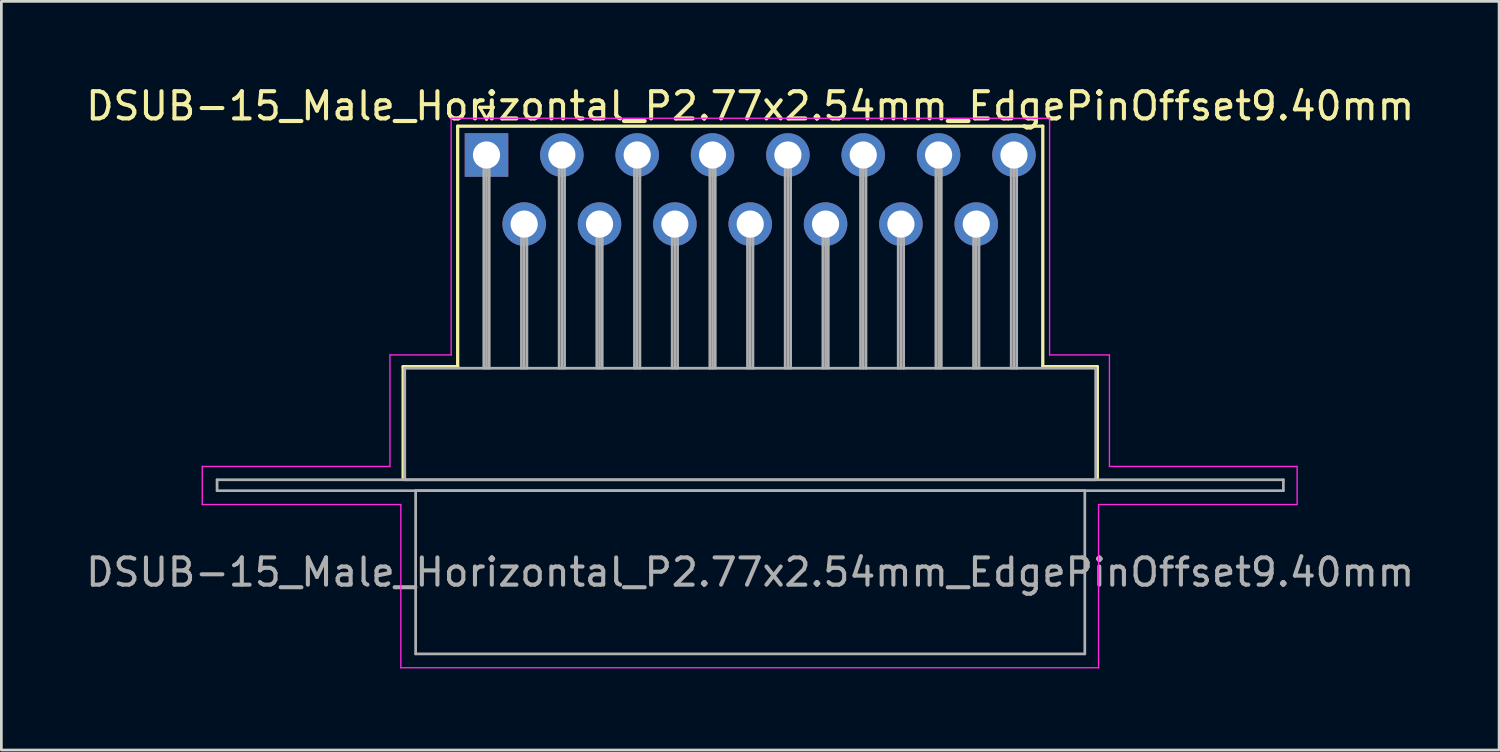
<source format=kicad_pcb>
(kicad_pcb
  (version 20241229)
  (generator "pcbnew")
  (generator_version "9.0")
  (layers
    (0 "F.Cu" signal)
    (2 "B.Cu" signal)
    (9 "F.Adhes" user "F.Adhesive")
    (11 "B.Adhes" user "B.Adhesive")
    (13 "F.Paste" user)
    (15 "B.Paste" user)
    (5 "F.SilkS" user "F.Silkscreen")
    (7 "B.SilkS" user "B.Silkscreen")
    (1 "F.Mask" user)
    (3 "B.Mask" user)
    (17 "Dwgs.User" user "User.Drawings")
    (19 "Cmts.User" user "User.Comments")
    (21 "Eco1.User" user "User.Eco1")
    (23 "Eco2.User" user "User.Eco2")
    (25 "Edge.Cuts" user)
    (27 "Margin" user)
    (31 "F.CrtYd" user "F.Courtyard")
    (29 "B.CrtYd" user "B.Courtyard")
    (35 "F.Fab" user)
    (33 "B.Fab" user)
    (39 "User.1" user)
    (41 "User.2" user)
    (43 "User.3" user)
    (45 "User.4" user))
  (footprint "DSUB-15_Male_Horizontal_P2.77x2.54mm_EdgePinOffset9.40mm"
    (layer "F.Cu")
    (at 14.835 2.648)
    (property "Reference" "DSUB-15_Male_Horizontal_P2.77x2.54mm_EdgePinOffset9.40mm" (at 9.695 -1.8 0) (layer "F.SilkS") (effects (font (size 1 1) (thickness 0.15))))
    (attr through_hole)
    (fp_line (start -3.065 7.78) (end -1.06 7.78) (stroke (width 0.12) (type solid)) (layer "F.SilkS"))
    (fp_line (start -3.065 11.88) (end -3.065 7.78) (stroke (width 0.12) (type solid)) (layer "F.SilkS"))
    (fp_line (start -1.06 -1.06) (end 20.45 -1.06) (stroke (width 0.12) (type solid)) (layer "F.SilkS"))
    (fp_line (start -1.06 7.78) (end -1.06 -1.06) (stroke (width 0.12) (type solid)) (layer "F.SilkS"))
    (fp_line (start -0.25 -1.754) (end 0.25 -1.754) (stroke (width 0.12) (type solid)) (layer "F.SilkS"))
    (fp_line (start 0 -1.321) (end -0.25 -1.754) (stroke (width 0.12) (type solid)) (layer "F.SilkS"))
    (fp_line (start 0.25 -1.754) (end 0 -1.321) (stroke (width 0.12) (type solid)) (layer "F.SilkS"))
    (fp_line (start 20.45 -1.06) (end 20.45 7.78) (stroke (width 0.12) (type solid)) (layer "F.SilkS"))
    (fp_line (start 20.45 7.78) (end 22.455 7.78) (stroke (width 0.12) (type solid)) (layer "F.SilkS"))
    (fp_line (start 22.455 7.78) (end 22.455 11.88) (stroke (width 0.12) (type solid)) (layer "F.SilkS"))
    (fp_line (start -10.45 11.45) (end -3.55 11.45) (stroke (width 0.05) (type solid)) (layer "F.CrtYd"))
    (fp_line (start -10.45 12.85) (end -10.45 11.45) (stroke (width 0.05) (type solid)) (layer "F.CrtYd"))
    (fp_line (start -3.55 7.35) (end -1.3 7.35) (stroke (width 0.05) (type solid)) (layer "F.CrtYd"))
    (fp_line (start -3.55 11.45) (end -3.55 7.35) (stroke (width 0.05) (type solid)) (layer "F.CrtYd"))
    (fp_line (start -3.15 12.85) (end -10.45 12.85) (stroke (width 0.05) (type solid)) (layer "F.CrtYd"))
    (fp_line (start -3.15 18.85) (end -3.15 12.85) (stroke (width 0.05) (type solid)) (layer "F.CrtYd"))
    (fp_line (start -1.3 -1.35) (end 20.7 -1.35) (stroke (width 0.05) (type solid)) (layer "F.CrtYd"))
    (fp_line (start -1.3 7.35) (end -1.3 -1.35) (stroke (width 0.05) (type solid)) (layer "F.CrtYd"))
    (fp_line (start 20.7 -1.35) (end 20.7 7.35) (stroke (width 0.05) (type solid)) (layer "F.CrtYd"))
    (fp_line (start 20.7 7.35) (end 22.9 7.35) (stroke (width 0.05) (type solid)) (layer "F.CrtYd"))
    (fp_line (start 22.5 12.85) (end 22.5 18.85) (stroke (width 0.05) (type solid)) (layer "F.CrtYd"))
    (fp_line (start 22.5 18.85) (end -3.15 18.85) (stroke (width 0.05) (type solid)) (layer "F.CrtYd"))
    (fp_line (start 22.9 7.35) (end 22.9 11.45) (stroke (width 0.05) (type solid)) (layer "F.CrtYd"))
    (fp_line (start 22.9 11.45) (end 29.8 11.45) (stroke (width 0.05) (type solid)) (layer "F.CrtYd"))
    (fp_line (start 29.8 11.45) (end 29.8 12.85) (stroke (width 0.05) (type solid)) (layer "F.CrtYd"))
    (fp_line (start 29.8 12.85) (end 22.5 12.85) (stroke (width 0.05) (type solid)) (layer "F.CrtYd"))
    (fp_line (start -9.905 11.94) (end -9.905 12.34) (stroke (width 0.1) (type solid)) (layer "F.Fab"))
    (fp_line (start -9.905 12.34) (end 29.295 12.34) (stroke (width 0.1) (type solid)) (layer "F.Fab"))
    (fp_line (start -3.005 7.84) (end -3.005 11.94) (stroke (width 0.1) (type solid)) (layer "F.Fab"))
    (fp_line (start -3.005 11.94) (end 22.395 11.94) (stroke (width 0.1) (type solid)) (layer "F.Fab"))
    (fp_line (start -2.605 12.34) (end -2.605 18.34) (stroke (width 0.1) (type solid)) (layer "F.Fab"))
    (fp_line (start -2.605 18.34) (end 21.995 18.34) (stroke (width 0.1) (type solid)) (layer "F.Fab"))
    (fp_line (start -0.1 0) (end -0.1 7.84) (stroke (width 0.1) (type solid)) (layer "F.Fab"))
    (fp_line (start 0 0) (end 0 7.84) (stroke (width 0.1) (type solid)) (layer "F.Fab"))
    (fp_line (start 0.1 0) (end 0.1 7.84) (stroke (width 0.1) (type solid)) (layer "F.Fab"))
    (fp_line (start 1.285 2.54) (end 1.285 7.84) (stroke (width 0.1) (type solid)) (layer "F.Fab"))
    (fp_line (start 1.385 2.54) (end 1.385 7.84) (stroke (width 0.1) (type solid)) (layer "F.Fab"))
    (fp_line (start 1.485 2.54) (end 1.485 7.84) (stroke (width 0.1) (type solid)) (layer "F.Fab"))
    (fp_line (start 2.67 0) (end 2.67 7.84) (stroke (width 0.1) (type solid)) (layer "F.Fab"))
    (fp_line (start 2.77 0) (end 2.77 7.84) (stroke (width 0.1) (type solid)) (layer "F.Fab"))
    (fp_line (start 2.87 0) (end 2.87 7.84) (stroke (width 0.1) (type solid)) (layer "F.Fab"))
    (fp_line (start 4.055 2.54) (end 4.055 7.84) (stroke (width 0.1) (type solid)) (layer "F.Fab"))
    (fp_line (start 4.155 2.54) (end 4.155 7.84) (stroke (width 0.1) (type solid)) (layer "F.Fab"))
    (fp_line (start 4.255 2.54) (end 4.255 7.84) (stroke (width 0.1) (type solid)) (layer "F.Fab"))
    (fp_line (start 5.44 0) (end 5.44 7.84) (stroke (width 0.1) (type solid)) (layer "F.Fab"))
    (fp_line (start 5.54 0) (end 5.54 7.84) (stroke (width 0.1) (type solid)) (layer "F.Fab"))
    (fp_line (start 5.64 0) (end 5.64 7.84) (stroke (width 0.1) (type solid)) (layer "F.Fab"))
    (fp_line (start 6.825 2.54) (end 6.825 7.84) (stroke (width 0.1) (type solid)) (layer "F.Fab"))
    (fp_line (start 6.925 2.54) (end 6.925 7.84) (stroke (width 0.1) (type solid)) (layer "F.Fab"))
    (fp_line (start 7.025 2.54) (end 7.025 7.84) (stroke (width 0.1) (type solid)) (layer "F.Fab"))
    (fp_line (start 8.21 0) (end 8.21 7.84) (stroke (width 0.1) (type solid)) (layer "F.Fab"))
    (fp_line (start 8.31 0) (end 8.31 7.84) (stroke (width 0.1) (type solid)) (layer "F.Fab"))
    (fp_line (start 8.41 0) (end 8.41 7.84) (stroke (width 0.1) (type solid)) (layer "F.Fab"))
    (fp_line (start 9.595 2.54) (end 9.595 7.84) (stroke (width 0.1) (type solid)) (layer "F.Fab"))
    (fp_line (start 9.695 2.54) (end 9.695 7.84) (stroke (width 0.1) (type solid)) (layer "F.Fab"))
    (fp_line (start 9.795 2.54) (end 9.795 7.84) (stroke (width 0.1) (type solid)) (layer "F.Fab"))
    (fp_line (start 10.98 0) (end 10.98 7.84) (stroke (width 0.1) (type solid)) (layer "F.Fab"))
    (fp_line (start 11.08 0) (end 11.08 7.84) (stroke (width 0.1) (type solid)) (layer "F.Fab"))
    (fp_line (start 11.18 0) (end 11.18 7.84) (stroke (width 0.1) (type solid)) (layer "F.Fab"))
    (fp_line (start 12.365 2.54) (end 12.365 7.84) (stroke (width 0.1) (type solid)) (layer "F.Fab"))
    (fp_line (start 12.465 2.54) (end 12.465 7.84) (stroke (width 0.1) (type solid)) (layer "F.Fab"))
    (fp_line (start 12.565 2.54) (end 12.565 7.84) (stroke (width 0.1) (type solid)) (layer "F.Fab"))
    (fp_line (start 13.75 0) (end 13.75 7.84) (stroke (width 0.1) (type solid)) (layer "F.Fab"))
    (fp_line (start 13.85 0) (end 13.85 7.84) (stroke (width 0.1) (type solid)) (layer "F.Fab"))
    (fp_line (start 13.95 0) (end 13.95 7.84) (stroke (width 0.1) (type solid)) (layer "F.Fab"))
    (fp_line (start 15.135 2.54) (end 15.135 7.84) (stroke (width 0.1) (type solid)) (layer "F.Fab"))
    (fp_line (start 15.235 2.54) (end 15.235 7.84) (stroke (width 0.1) (type solid)) (layer "F.Fab"))
    (fp_line (start 15.335 2.54) (end 15.335 7.84) (stroke (width 0.1) (type solid)) (layer "F.Fab"))
    (fp_line (start 16.52 0) (end 16.52 7.84) (stroke (width 0.1) (type solid)) (layer "F.Fab"))
    (fp_line (start 16.62 0) (end 16.62 7.84) (stroke (width 0.1) (type solid)) (layer "F.Fab"))
    (fp_line (start 16.72 0) (end 16.72 7.84) (stroke (width 0.1) (type solid)) (layer "F.Fab"))
    (fp_line (start 17.905 2.54) (end 17.905 7.84) (stroke (width 0.1) (type solid)) (layer "F.Fab"))
    (fp_line (start 18.005 2.54) (end 18.005 7.84) (stroke (width 0.1) (type solid)) (layer "F.Fab"))
    (fp_line (start 18.105 2.54) (end 18.105 7.84) (stroke (width 0.1) (type solid)) (layer "F.Fab"))
    (fp_line (start 19.29 0) (end 19.29 7.84) (stroke (width 0.1) (type solid)) (layer "F.Fab"))
    (fp_line (start 19.39 0) (end 19.39 7.84) (stroke (width 0.1) (type solid)) (layer "F.Fab"))
    (fp_line (start 19.49 0) (end 19.49 7.84) (stroke (width 0.1) (type solid)) (layer "F.Fab"))
    (fp_line (start 21.995 12.34) (end -2.605 12.34) (stroke (width 0.1) (type solid)) (layer "F.Fab"))
    (fp_line (start 21.995 18.34) (end 21.995 12.34) (stroke (width 0.1) (type solid)) (layer "F.Fab"))
    (fp_line (start 22.395 7.84) (end -3.005 7.84) (stroke (width 0.1) (type solid)) (layer "F.Fab"))
    (fp_line (start 22.395 11.94) (end 22.395 7.84) (stroke (width 0.1) (type solid)) (layer "F.Fab"))
    (fp_line (start 29.295 11.94) (end -9.905 11.94) (stroke (width 0.1) (type solid)) (layer "F.Fab"))
    (fp_line (start 29.295 12.34) (end 29.295 11.94) (stroke (width 0.1) (type solid)) (layer "F.Fab"))
    (fp_text user "${REFERENCE}" (at 9.695 15.34 0) (layer "F.Fab") (effects (font (size 1 1) (thickness 0.15))))
    (pad "1" thru_hole rect (at 0 0) (size 1.6 1.6) (drill 1) (layers "*.Cu" "*.Mask"))
    (pad "2" thru_hole circle (at 2.77 0) (size 1.6 1.6) (drill 1) (layers "*.Cu" "*.Mask"))
    (pad "3" thru_hole circle (at 5.54 0) (size 1.6 1.6) (drill 1) (layers "*.Cu" "*.Mask"))
    (pad "4" thru_hole circle (at 8.31 0) (size 1.6 1.6) (drill 1) (layers "*.Cu" "*.Mask"))
    (pad "5" thru_hole circle (at 11.08 0) (size 1.6 1.6) (drill 1) (layers "*.Cu" "*.Mask"))
    (pad "6" thru_hole circle (at 13.85 0) (size 1.6 1.6) (drill 1) (layers "*.Cu" "*.Mask"))
    (pad "7" thru_hole circle (at 16.62 0) (size 1.6 1.6) (drill 1) (layers "*.Cu" "*.Mask"))
    (pad "8" thru_hole circle (at 19.39 0) (size 1.6 1.6) (drill 1) (layers "*.Cu" "*.Mask"))
    (pad "9" thru_hole circle (at 1.385 2.54) (size 1.6 1.6) (drill 1) (layers "*.Cu" "*.Mask"))
    (pad "10" thru_hole circle (at 4.155 2.54) (size 1.6 1.6) (drill 1) (layers "*.Cu" "*.Mask"))
    (pad "11" thru_hole circle (at 6.925 2.54) (size 1.6 1.6) (drill 1) (layers "*.Cu" "*.Mask"))
    (pad "12" thru_hole circle (at 9.695 2.54) (size 1.6 1.6) (drill 1) (layers "*.Cu" "*.Mask"))
    (pad "13" thru_hole circle (at 12.465 2.54) (size 1.6 1.6) (drill 1) (layers "*.Cu" "*.Mask"))
    (pad "14" thru_hole circle (at 15.235 2.54) (size 1.6 1.6) (drill 1) (layers "*.Cu" "*.Mask"))
    (pad "15" thru_hole circle (at 18.005 2.54) (size 1.6 1.6) (drill 1) (layers "*.Cu" "*.Mask")))
  (gr_rect
    (start -3 -3)
    (end 52.06 24.523)
    (stroke (width 0.1) (type default))
    (fill no)
    (layer "Edge.Cuts")))
</source>
